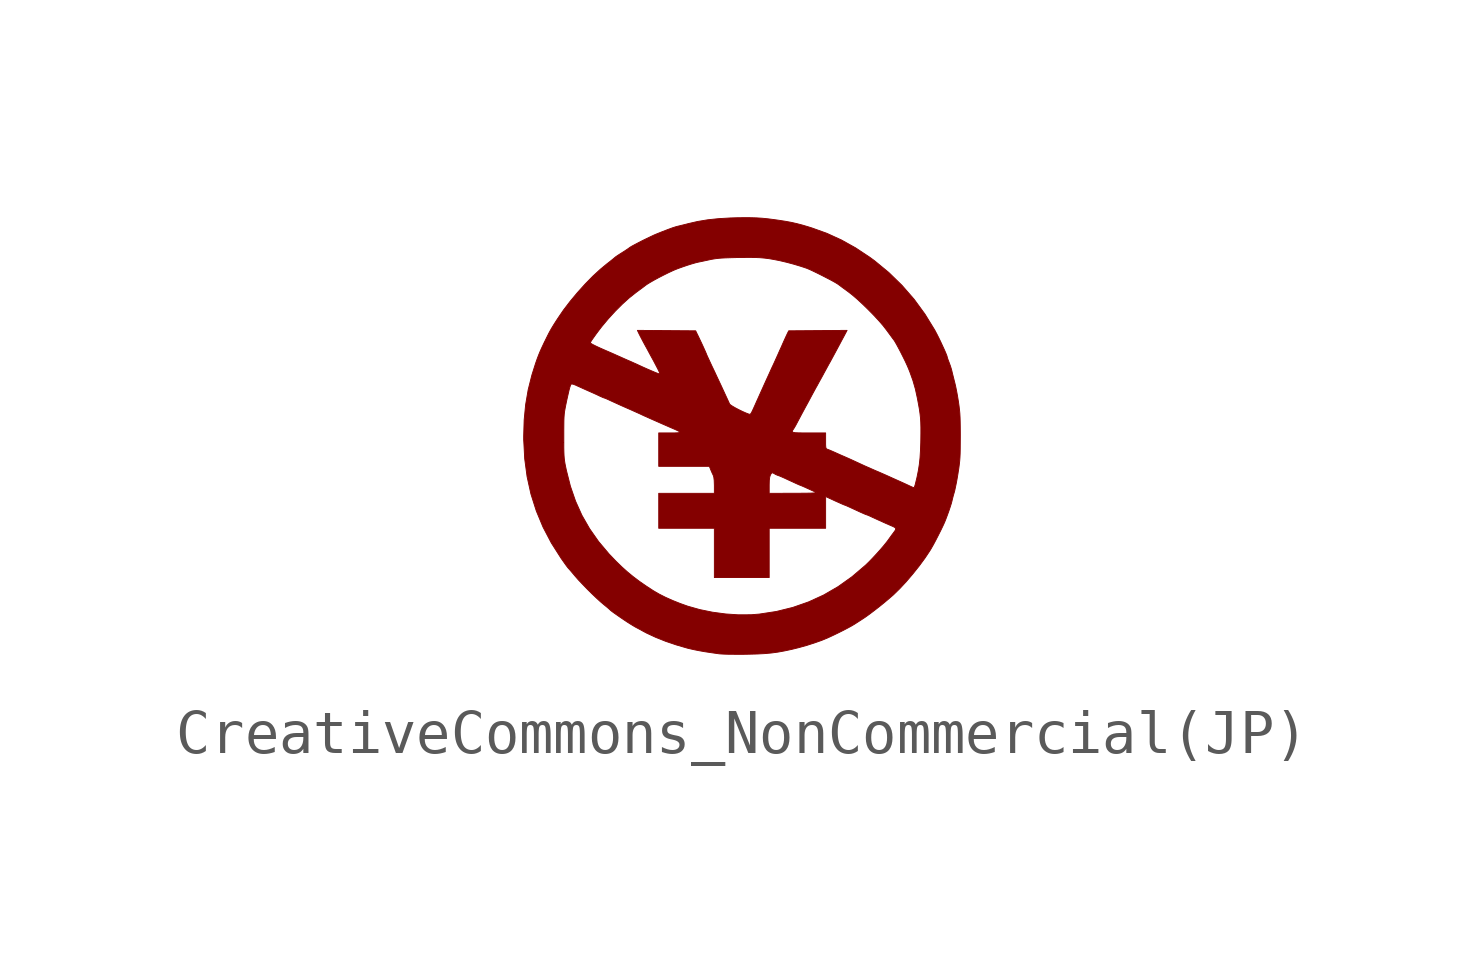
<source format=kicad_sym>
(kicad_symbol_lib
  (version 20211014)
  (generator kicad_symbol_editor)
  (symbol "CreativeCommons_NonCommercial(JP)"
    (pin_names
      (offset 1.016))
    (property "Reference" "G"
      (at 0 4.365 0)
      (effects (font (size 1.27 1.27)) hide))
    (symbol "CreativeCommons_NonCommercial(JP)_0_0"
      (polyline (pts (xy 0.064 -4.992) (xy 0.152 -4.99) (xy 0.346 -4.985) (xy 0.516 -4.976) (xy 0.67 -4.962) (xy 0.818 -4.942) (xy 0.967 -4.915) (xy 1.127 -4.881) (xy 1.297 -4.839) (xy 1.48 -4.788) (xy 1.657 -4.731) (xy 1.818 -4.674) (xy 1.954 -4.618) (xy 1.973 -4.609) (xy 2.083 -4.558) (xy 2.199 -4.502) (xy 2.313 -4.445) (xy 2.416 -4.391) (xy 2.502 -4.344) (xy 2.563 -4.308) (xy 2.616 -4.274) (xy 2.697 -4.222) (xy 2.772 -4.173) (xy 2.82 -4.141) (xy 2.912 -4.075) (xy 3.02 -3.993) (xy 3.136 -3.903) (xy 3.251 -3.81) (xy 3.359 -3.719) (xy 3.453 -3.638) (xy 3.466 -3.626) (xy 3.606 -3.489) (xy 3.755 -3.329) (xy 3.905 -3.153) (xy 4.051 -2.97) (xy 4.184 -2.789) (xy 4.299 -2.616) (xy 4.327 -2.569) (xy 4.377 -2.481) (xy 4.433 -2.376) (xy 4.491 -2.263) (xy 4.547 -2.152) (xy 4.595 -2.052) (xy 4.631 -1.973) (xy 4.657 -1.909) (xy 4.692 -1.816) (xy 4.728 -1.717) (xy 4.76 -1.621) (xy 4.786 -1.54) (xy 4.801 -1.482) (xy 4.813 -1.431) (xy 4.832 -1.357) (xy 4.854 -1.282) (xy 4.864 -1.244) (xy 4.881 -1.164) (xy 4.902 -1.063) (xy 4.922 -0.951) (xy 4.941 -0.836) (xy 4.941 -0.832) (xy 4.957 -0.733) (xy 4.968 -0.647) (xy 4.977 -0.567) (xy 4.983 -0.486) (xy 4.987 -0.397) (xy 4.989 -0.292) (xy 4.99 -0.165) (xy 4.991 -0.009) (xy 4.991 0.056) (xy 4.99 0.205) (xy 4.988 0.328) (xy 4.985 0.431) (xy 4.98 0.521) (xy 4.972 0.605) (xy 4.962 0.689) (xy 4.949 0.782) (xy 4.944 0.812) (xy 4.925 0.929) (xy 4.903 1.047) (xy 4.881 1.154) (xy 4.861 1.236) (xy 4.851 1.275) (xy 4.83 1.359) (xy 4.811 1.434) (xy 4.799 1.486) (xy 4.787 1.533) (xy 4.764 1.606) (xy 4.737 1.679) (xy 4.714 1.739) (xy 4.697 1.787) (xy 4.691 1.811) (xy 4.691 1.813) (xy 4.682 1.843) (xy 4.66 1.898) (xy 4.628 1.972) (xy 4.588 2.059) (xy 4.545 2.152) (xy 4.5 2.245) (xy 4.457 2.33) (xy 4.419 2.402) (xy 4.407 2.425) (xy 4.184 2.788) (xy 3.934 3.131) (xy 3.656 3.45) (xy 3.354 3.744) (xy 3.03 4.011) (xy 2.918 4.093) (xy 2.595 4.307) (xy 2.27 4.488) (xy 1.937 4.64) (xy 1.591 4.764) (xy 1.53 4.783) (xy 1.383 4.827) (xy 1.253 4.861) (xy 1.13 4.889) (xy 1.001 4.913) (xy 0.855 4.936) (xy 0.735 4.953) (xy 0.588 4.972) (xy 0.457 4.985) (xy 0.332 4.993) (xy 0.202 4.997) (xy 0.058 4.998) (xy -0.113 4.996) (xy -0.274 4.991) (xy -0.544 4.975) (xy -0.789 4.949) (xy -1.018 4.911) (xy -1.236 4.861) (xy -1.277 4.85) (xy -1.358 4.83) (xy -1.427 4.813) (xy -1.473 4.802) (xy -1.512 4.792) (xy -1.594 4.766) (xy -1.7 4.727) (xy -1.825 4.679) (xy -1.964 4.623) (xy -2.016 4.601) (xy -2.092 4.565) (xy -2.18 4.523) (xy -2.272 4.478) (xy -2.362 4.432) (xy -2.444 4.389) (xy -2.513 4.352) (xy -2.561 4.324) (xy -2.582 4.309) (xy -2.591 4.302) (xy -2.625 4.278) (xy -2.679 4.242) (xy -2.745 4.2) (xy -2.788 4.173) (xy -2.85 4.133) (xy -2.896 4.101) (xy -2.918 4.083) (xy -2.935 4.068) (xy -2.976 4.035) (xy -3.033 3.989) (xy -3.1 3.937) (xy -3.244 3.818) (xy -3.417 3.659) (xy -3.593 3.479) (xy -3.768 3.285) (xy -3.935 3.085) (xy -4.088 2.885) (xy -4.22 2.691) (xy -4.263 2.625) (xy -4.315 2.543) (xy -4.355 2.477) (xy -4.388 2.42) (xy -4.42 2.361) (xy -4.454 2.294) (xy -4.496 2.209) (xy -4.53 2.14) (xy -3.473 2.14) (xy -3.465 2.156) (xy -3.438 2.199) (xy -3.395 2.26) (xy -3.341 2.336) (xy -3.278 2.42) (xy -3.212 2.506) (xy -3.065 2.682) (xy -2.907 2.855) (xy -2.745 3.017) (xy -2.586 3.161) (xy -2.436 3.28) (xy -2.427 3.287) (xy -2.354 3.341) (xy -2.289 3.389) (xy -2.241 3.425) (xy -2.216 3.445) (xy -2.181 3.47) (xy -2.11 3.514) (xy -2.018 3.567) (xy -1.911 3.625) (xy -1.796 3.684) (xy -1.681 3.741) (xy -1.573 3.791) (xy -1.555 3.799) (xy -1.47 3.833) (xy -1.369 3.869) (xy -1.261 3.906) (xy -1.157 3.939) (xy -1.067 3.965) (xy -1 3.981) (xy -0.975 3.986) (xy -0.908 4) (xy -0.824 4.018) (xy -0.736 4.037) (xy -0.692 4.046) (xy -0.626 4.057) (xy -0.555 4.066) (xy -0.473 4.073) (xy -0.374 4.078) (xy -0.251 4.082) (xy -0.097 4.086) (xy -0.001 4.087) (xy 0.156 4.089) (xy 0.288 4.087) (xy 0.404 4.082) (xy 0.509 4.073) (xy 0.613 4.06) (xy 0.723 4.041) (xy 0.845 4.017) (xy 0.885 4.008) (xy 1.028 3.974) (xy 1.184 3.932) (xy 1.337 3.886) (xy 1.473 3.841) (xy 1.488 3.835) (xy 1.547 3.81) (xy 1.626 3.773) (xy 1.719 3.728) (xy 1.819 3.678) (xy 1.92 3.626) (xy 2.015 3.577) (xy 2.096 3.533) (xy 2.158 3.497) (xy 2.194 3.474) (xy 2.227 3.45) (xy 2.282 3.408) (xy 2.352 3.357) (xy 2.427 3.302) (xy 2.512 3.236) (xy 2.627 3.138) (xy 2.751 3.023) (xy 2.88 2.898) (xy 3.006 2.77) (xy 3.123 2.644) (xy 3.224 2.528) (xy 3.302 2.427) (xy 3.355 2.355) (xy 3.405 2.287) (xy 3.445 2.232) (xy 3.47 2.2) (xy 3.493 2.165) (xy 3.53 2.101) (xy 3.576 2.016) (xy 3.627 1.919) (xy 3.679 1.816) (xy 3.729 1.715) (xy 3.772 1.622) (xy 3.805 1.546) (xy 3.837 1.466) (xy 3.907 1.27) (xy 3.962 1.079) (xy 4.007 0.873) (xy 4.032 0.741) (xy 4.054 0.619) (xy 4.069 0.512) (xy 4.08 0.412) (xy 4.086 0.309) (xy 4.089 0.197) (xy 4.089 0.065) (xy 4.087 -0.094) (xy 4.086 -0.148) (xy 4.079 -0.336) (xy 4.069 -0.499) (xy 4.053 -0.648) (xy 4.03 -0.792) (xy 4 -0.941) (xy 3.96 -1.105) (xy 3.954 -1.126) (xy 3.94 -1.165) (xy 3.929 -1.181) (xy 3.917 -1.177) (xy 3.879 -1.161) (xy 3.827 -1.137) (xy 3.791 -1.12) (xy 3.711 -1.083) (xy 3.636 -1.049) (xy 3.603 -1.034) (xy 3.529 -1.001) (xy 3.442 -0.962) (xy 3.354 -0.922) (xy 3.305 -0.9) (xy 3.212 -0.859) (xy 3.123 -0.82) (xy 3.054 -0.791) (xy 2.97 -0.754) (xy 2.802 -0.68) (xy 2.609 -0.591) (xy 2.594 -0.584) (xy 2.527 -0.553) (xy 2.446 -0.516) (xy 2.364 -0.48) (xy 2.344 -0.471) (xy 2.256 -0.433) (xy 2.169 -0.394) (xy 2.1 -0.363) (xy 2.045 -0.339) (xy 1.988 -0.315) (xy 1.95 -0.301) (xy 1.946 -0.3) (xy 1.929 -0.291) (xy 1.918 -0.275) (xy 1.912 -0.244) (xy 1.909 -0.19) (xy 1.909 -0.108) (xy 1.909 0.073) (xy 1.503 0.073) (xy 1.376 0.073) (xy 1.281 0.075) (xy 1.214 0.078) (xy 1.172 0.085) (xy 1.151 0.096) (xy 1.147 0.112) (xy 1.156 0.134) (xy 1.175 0.162) (xy 1.193 0.19) (xy 1.225 0.245) (xy 1.258 0.307) (xy 1.281 0.351) (xy 1.323 0.43) (xy 1.36 0.5) (xy 1.372 0.522) (xy 1.405 0.583) (xy 1.449 0.665) (xy 1.5 0.758) (xy 1.552 0.855) (xy 1.584 0.915) (xy 1.63 1) (xy 1.668 1.07) (xy 1.696 1.121) (xy 1.71 1.145) (xy 1.714 1.152) (xy 1.734 1.189) (xy 1.766 1.248) (xy 1.808 1.323) (xy 1.855 1.409) (xy 1.874 1.445) (xy 1.919 1.527) (xy 1.957 1.597) (xy 1.985 1.648) (xy 1.999 1.673) (xy 2.013 1.697) (xy 2.041 1.749) (xy 2.08 1.821) (xy 2.127 1.908) (xy 2.178 2.003) (xy 2.23 2.1) (xy 2.28 2.194) (xy 2.325 2.277) (xy 2.4 2.419) (xy 1.732 2.414) (xy 1.065 2.409) (xy 1.042 2.364) (xy 1.027 2.333) (xy 1 2.275) (xy 0.966 2.201) (xy 0.929 2.118) (xy 0.898 2.047) (xy 0.856 1.955) (xy 0.819 1.871) (xy 0.791 1.809) (xy 0.768 1.758) (xy 0.732 1.678) (xy 0.7 1.609) (xy 0.686 1.58) (xy 0.654 1.51) (xy 0.613 1.419) (xy 0.564 1.312) (xy 0.511 1.195) (xy 0.458 1.077) (xy 0.406 0.962) (xy 0.36 0.859) (xy 0.321 0.773) (xy 0.313 0.754) (xy 0.269 0.656) (xy 0.237 0.586) (xy 0.214 0.54) (xy 0.197 0.513) (xy 0.183 0.501) (xy 0.17 0.499) (xy 0.155 0.503) (xy 0.148 0.505) (xy 0.084 0.53) (xy 0.007 0.564) (xy -0.073 0.603) (xy -0.15 0.643) (xy -0.216 0.681) (xy -0.265 0.713) (xy -0.287 0.734) (xy -0.288 0.736) (xy -0.305 0.774) (xy -0.332 0.833) (xy -0.363 0.9) (xy -0.4 0.98) (xy -0.484 1.162) (xy -0.581 1.368) (xy -0.632 1.478) (xy -0.691 1.601) (xy -0.736 1.698) (xy -0.769 1.77) (xy -0.793 1.821) (xy -0.808 1.855) (xy -0.816 1.873) (xy -0.818 1.881) (xy -0.821 1.888) (xy -0.836 1.923) (xy -0.861 1.979) (xy -0.893 2.05) (xy -0.93 2.13) (xy -0.968 2.21) (xy -1.003 2.284) (xy -1.033 2.345) (xy -1.064 2.409) (xy -1.73 2.414) (xy -2.397 2.419) (xy -2.36 2.341) (xy -2.341 2.303) (xy -2.306 2.236) (xy -2.264 2.156) (xy -2.219 2.073) (xy -2.177 1.997) (xy -2.097 1.848) (xy -2.031 1.728) (xy -1.98 1.631) (xy -1.942 1.558) (xy -1.914 1.503) (xy -1.897 1.465) (xy -1.888 1.441) (xy -1.886 1.427) (xy -1.89 1.422) (xy -1.894 1.422) (xy -1.927 1.433) (xy -1.986 1.456) (xy -2.066 1.49) (xy -2.164 1.532) (xy -2.274 1.581) (xy -2.391 1.635) (xy -2.405 1.642) (xy -2.464 1.668) (xy -2.539 1.702) (xy -2.618 1.736) (xy -2.645 1.748) (xy -2.724 1.783) (xy -2.795 1.815) (xy -2.845 1.837) (xy -2.863 1.845) (xy -2.932 1.876) (xy -3 1.906) (xy -3.134 1.964) (xy -3.25 2.015) (xy -3.338 2.056) (xy -3.401 2.087) (xy -3.443 2.11) (xy -3.466 2.127) (xy -3.473 2.14) (xy -4.53 2.14) (xy -4.542 2.115) (xy -4.589 2.015) (xy -4.627 1.93) (xy -4.66 1.849) (xy -4.692 1.764) (xy -4.727 1.664) (xy -4.811 1.399) (xy -4.896 1.061) (xy -4.954 0.722) (xy -4.988 0.371) (xy -4.999 0) (xy -4.999 -0.088) (xy -4.995 -0.148) (xy -4.081 -0.148) (xy -4.081 0) (xy -4.081 0.135) (xy -4.08 0.257) (xy -4.079 0.354) (xy -4.076 0.432) (xy -4.071 0.499) (xy -4.064 0.56) (xy -4.053 0.622) (xy -4.04 0.691) (xy -4.023 0.773) (xy -4.01 0.835) (xy -3.983 0.955) (xy -3.962 1.046) (xy -3.945 1.111) (xy -3.931 1.154) (xy -3.919 1.179) (xy -3.908 1.192) (xy -3.899 1.193) (xy -3.862 1.186) (xy -3.813 1.167) (xy -3.779 1.151) (xy -3.712 1.121) (xy -3.631 1.084) (xy -3.546 1.046) (xy -3.483 1.018) (xy -3.395 0.979) (xy -3.318 0.944) (xy -3.262 0.917) (xy -3.222 0.899) (xy -3.179 0.88) (xy -3.157 0.873) (xy -3.155 0.872) (xy -3.126 0.862) (xy -3.076 0.84) (xy -3.014 0.811) (xy -2.961 0.787) (xy -2.777 0.703) (xy -2.625 0.636) (xy -2.554 0.605) (xy -2.452 0.559) (xy -2.349 0.513) (xy -2.264 0.473) (xy -2.249 0.466) (xy -2.19 0.44) (xy -2.115 0.406) (xy -2.036 0.371) (xy -2.013 0.361) (xy -1.929 0.324) (xy -1.851 0.289) (xy -1.791 0.263) (xy -1.738 0.24) (xy -1.659 0.205) (xy -1.582 0.172) (xy -1.509 0.14) (xy -1.452 0.112) (xy -1.426 0.093) (xy -1.432 0.082) (xy -1.47 0.076) (xy -1.543 0.073) (xy -1.651 0.073) (xy -1.909 0.073) (xy -1.909 -0.691) (xy -0.751 -0.691) (xy -0.72 -0.768) (xy -0.713 -0.785) (xy -0.686 -0.847) (xy -0.662 -0.897) (xy -0.65 -0.933) (xy -0.64 -1.014) (xy -0.636 -1.129) (xy -0.636 -1.309) (xy 0.618 -1.309) (xy 0.618 -1.126) (xy 0.618 -1.114) (xy 0.621 -1.01) (xy 0.63 -0.937) (xy 0.646 -0.89) (xy 0.651 -0.879) (xy 0.675 -0.845) (xy 0.7 -0.84) (xy 0.737 -0.861) (xy 0.767 -0.879) (xy 0.818 -0.9) (xy 0.851 -0.911) (xy 0.908 -0.935) (xy 0.973 -0.964) (xy 1.072 -1.01) (xy 1.166 -1.053) (xy 1.235 -1.085) (xy 1.282 -1.106) (xy 1.312 -1.119) (xy 1.328 -1.125) (xy 1.334 -1.127) (xy 1.34 -1.129) (xy 1.373 -1.143) (xy 1.426 -1.166) (xy 1.494 -1.197) (xy 1.523 -1.21) (xy 1.595 -1.243) (xy 1.654 -1.27) (xy 1.691 -1.286) (xy 1.692 -1.287) (xy 1.695 -1.293) (xy 1.677 -1.298) (xy 1.634 -1.301) (xy 1.566 -1.304) (xy 1.468 -1.306) (xy 1.34 -1.307) (xy 1.177 -1.308) (xy 0.618 -1.309) (xy -0.636 -1.309) (xy -1.909 -1.309) (xy -1.909 -2.109) (xy -0.636 -2.109) (xy -0.636 -3.236) (xy 0.618 -3.236) (xy 0.618 -2.109) (xy 1.909 -2.109) (xy 1.909 -1.382) (xy 2.005 -1.427) (xy 2.021 -1.434) (xy 2.124 -1.482) (xy 2.214 -1.522) (xy 2.285 -1.554) (xy 2.333 -1.574) (xy 2.354 -1.582) (xy 2.354 -1.582) (xy 2.365 -1.585) (xy 2.392 -1.597) (xy 2.437 -1.617) (xy 2.505 -1.648) (xy 2.598 -1.691) (xy 2.721 -1.748) (xy 2.722 -1.748) (xy 2.78 -1.774) (xy 2.825 -1.793) (xy 2.846 -1.8) (xy 2.867 -1.807) (xy 2.912 -1.826) (xy 2.97 -1.853) (xy 2.982 -1.859) (xy 3.14 -1.931) (xy 3.291 -1.999) (xy 3.422 -2.056) (xy 3.446 -2.066) (xy 3.496 -2.092) (xy 3.514 -2.117) (xy 3.506 -2.149) (xy 3.472 -2.197) (xy 3.458 -2.216) (xy 3.421 -2.265) (xy 3.374 -2.33) (xy 3.324 -2.4) (xy 3.302 -2.428) (xy 3.24 -2.505) (xy 3.162 -2.596) (xy 3.075 -2.693) (xy 2.985 -2.79) (xy 2.901 -2.877) (xy 2.827 -2.949) (xy 2.817 -2.958) (xy 2.513 -3.217) (xy 2.196 -3.443) (xy 1.865 -3.635) (xy 1.52 -3.793) (xy 1.159 -3.919) (xy 0.783 -4.012) (xy 0.391 -4.072) (xy 0.205 -4.087) (xy -0.081 -4.089) (xy -0.378 -4.069) (xy -0.677 -4.029) (xy -0.97 -3.969) (xy -1.246 -3.891) (xy -1.417 -3.83) (xy -1.59 -3.761) (xy -1.756 -3.687) (xy -1.904 -3.612) (xy -2.026 -3.541) (xy -2.196 -3.43) (xy -2.355 -3.32) (xy -2.495 -3.214) (xy -2.625 -3.107) (xy -2.752 -2.993) (xy -2.884 -2.865) (xy -3.045 -2.697) (xy -3.285 -2.412) (xy -3.491 -2.118) (xy -3.667 -1.811) (xy -3.812 -1.488) (xy -3.93 -1.146) (xy -4.022 -0.782) (xy -4.022 -0.781) (xy -4.04 -0.697) (xy -4.054 -0.627) (xy -4.064 -0.565) (xy -4.071 -0.504) (xy -4.076 -0.438) (xy -4.079 -0.361) (xy -4.081 -0.267) (xy -4.081 -0.148) (xy -4.995 -0.148) (xy -4.976 -0.516) (xy -4.921 -0.928) (xy -4.833 -1.326) (xy -4.711 -1.71) (xy -4.556 -2.083) (xy -4.367 -2.444) (xy -4.143 -2.796) (xy -4.124 -2.823) (xy -4.071 -2.898) (xy -4.026 -2.961) (xy -3.992 -3.006) (xy -3.975 -3.027) (xy -3.963 -3.039) (xy -3.931 -3.075) (xy -3.886 -3.128) (xy -3.833 -3.191) (xy -3.825 -3.201) (xy -3.748 -3.289) (xy -3.653 -3.389) (xy -3.549 -3.497) (xy -3.441 -3.604) (xy -3.336 -3.704) (xy -3.241 -3.791) (xy -3.164 -3.856) (xy -3.147 -3.87) (xy -3.092 -3.915) (xy -3.05 -3.951) (xy -3.027 -3.972) (xy -3.003 -3.994) (xy -2.953 -4.032) (xy -2.885 -4.08) (xy -2.805 -4.136) (xy -2.72 -4.194) (xy -2.635 -4.251) (xy -2.556 -4.301) (xy -2.491 -4.341) (xy -2.446 -4.367) (xy -2.442 -4.37) (xy -2.396 -4.394) (xy -2.332 -4.428) (xy -2.264 -4.466) (xy -2.187 -4.507) (xy -1.981 -4.603) (xy -1.751 -4.695) (xy -1.506 -4.778) (xy -1.255 -4.851) (xy -1.21 -4.862) (xy -1.105 -4.886) (xy -0.99 -4.909) (xy -0.861 -4.932) (xy -0.709 -4.955) (xy -0.527 -4.981) (xy -0.492 -4.984) (xy -0.417 -4.988) (xy -0.318 -4.991) (xy -0.201 -4.992) (xy -0.071 -4.993) (xy 0.064 -4.992)) (stroke (width 0.01) (type default) (color 0 0 0 0)) (fill (type outline))))))
</source>
